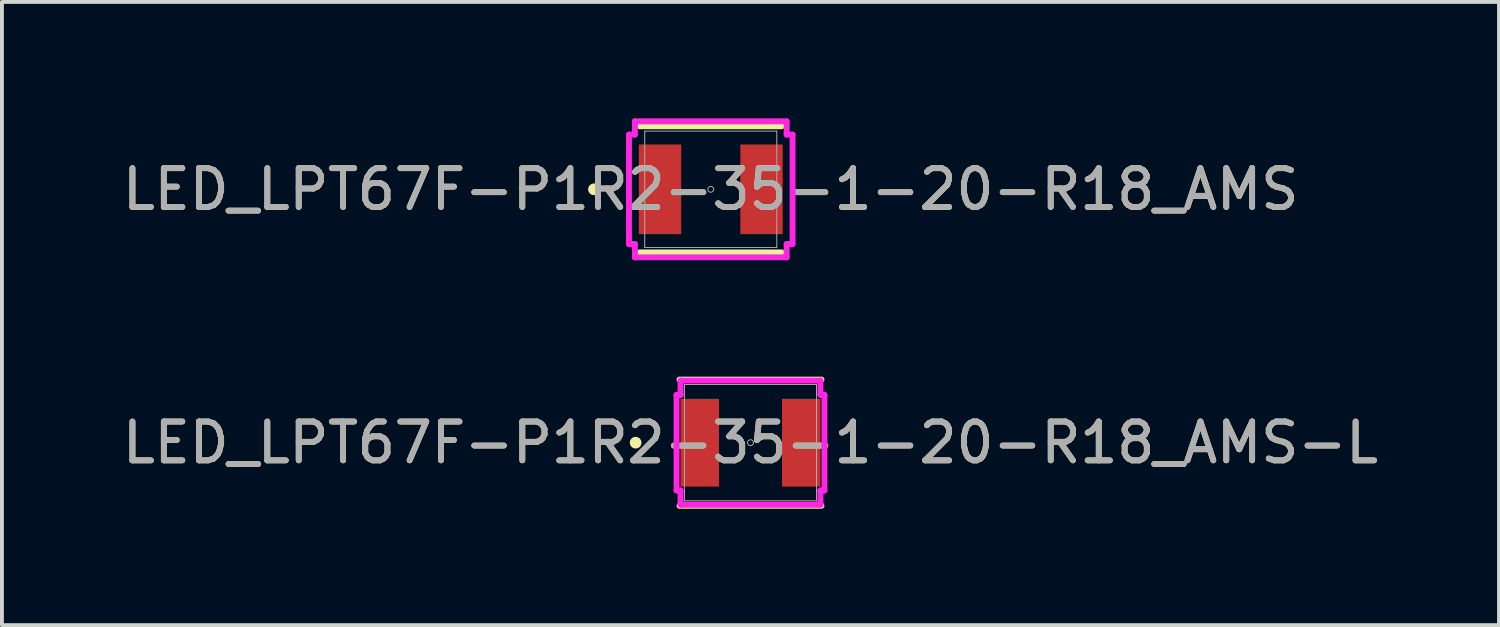
<source format=kicad_pcb>
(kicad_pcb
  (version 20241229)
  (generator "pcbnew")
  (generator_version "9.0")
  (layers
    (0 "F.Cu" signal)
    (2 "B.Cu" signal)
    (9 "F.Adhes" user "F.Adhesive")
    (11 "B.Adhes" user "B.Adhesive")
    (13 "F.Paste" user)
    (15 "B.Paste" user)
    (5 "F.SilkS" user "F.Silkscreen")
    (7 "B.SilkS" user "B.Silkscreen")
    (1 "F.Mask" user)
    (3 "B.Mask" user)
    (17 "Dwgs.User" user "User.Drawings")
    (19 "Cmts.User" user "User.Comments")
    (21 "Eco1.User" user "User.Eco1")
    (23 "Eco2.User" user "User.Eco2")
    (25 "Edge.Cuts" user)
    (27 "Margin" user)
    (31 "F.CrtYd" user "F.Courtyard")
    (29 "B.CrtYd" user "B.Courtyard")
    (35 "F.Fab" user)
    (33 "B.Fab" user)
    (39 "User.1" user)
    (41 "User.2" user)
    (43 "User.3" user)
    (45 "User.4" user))
  (footprint "LED_LPT67F-P1R2-35-1-20-R18_AMS-L"
    (layer "F.Cu")
    (at 16.292 8.359)
    (property "Reference" "LED_LPT67F-P1R2-35-1-20-R18_AMS-L" (at 0 0 0) (unlocked yes) (layer "F.SilkS") (effects (font (size 1 1) (thickness 0.15))))
    (attr smd)
    (fp_line (start -1.829 1.626) (end 1.829 1.626) (stroke (width 0.152) (type solid)) (layer "F.SilkS"))
    (fp_line (start 1.829 -1.626) (end -1.829 -1.626) (stroke (width 0.152) (type solid)) (layer "F.SilkS"))
    (fp_circle (center -2.96 0) (end -2.884 0) (stroke (width 0.152) (type solid)) (fill no) (layer "F.SilkS"))
    (fp_line (start -1.906 -1.232) (end -1.803 -1.232) (stroke (width 0.152) (type solid)) (layer "F.CrtYd"))
    (fp_line (start -1.906 1.232) (end -1.906 -1.232) (stroke (width 0.152) (type solid)) (layer "F.CrtYd"))
    (fp_line (start -1.906 1.232) (end -1.803 1.232) (stroke (width 0.152) (type solid)) (layer "F.CrtYd"))
    (fp_line (start -1.803 -1.6) (end 1.803 -1.6) (stroke (width 0.152) (type solid)) (layer "F.CrtYd"))
    (fp_line (start -1.803 -1.232) (end -1.803 -1.6) (stroke (width 0.152) (type solid)) (layer "F.CrtYd"))
    (fp_line (start -1.803 1.6) (end -1.803 1.232) (stroke (width 0.152) (type solid)) (layer "F.CrtYd"))
    (fp_line (start 1.803 -1.6) (end 1.803 -1.232) (stroke (width 0.152) (type solid)) (layer "F.CrtYd"))
    (fp_line (start 1.803 1.232) (end 1.803 1.6) (stroke (width 0.152) (type solid)) (layer "F.CrtYd"))
    (fp_line (start 1.803 1.6) (end -1.803 1.6) (stroke (width 0.152) (type solid)) (layer "F.CrtYd"))
    (fp_line (start 1.906 -1.232) (end 1.803 -1.232) (stroke (width 0.152) (type solid)) (layer "F.CrtYd"))
    (fp_line (start 1.906 -1.232) (end 1.906 1.232) (stroke (width 0.152) (type solid)) (layer "F.CrtYd"))
    (fp_line (start 1.906 1.232) (end 1.803 1.232) (stroke (width 0.152) (type solid)) (layer "F.CrtYd"))
    (fp_line (start -1.702 -1.499) (end -1.702 1.499) (stroke (width 0.025) (type solid)) (layer "F.Fab"))
    (fp_line (start -1.702 1.499) (end 1.702 1.499) (stroke (width 0.025) (type solid)) (layer "F.Fab"))
    (fp_line (start 1.702 -1.499) (end -1.702 -1.499) (stroke (width 0.025) (type solid)) (layer "F.Fab"))
    (fp_line (start 1.702 1.499) (end 1.702 -1.499) (stroke (width 0.025) (type solid)) (layer "F.Fab"))
    (fp_circle (center 0 0) (end 0.076 0) (stroke (width 0.025) (type solid)) (fill no) (layer "F.Fab"))
    (fp_text user "${REFERENCE}" (at 0 0 0) (unlocked yes) (layer "F.Fab") (effects (font (size 1 1) (thickness 0.15))))
    (pad "1" smd rect (at -1.308 0) (size 0.992 2.261) (layers "F.Cu" "F.Mask" "F.Paste"))
    (pad "2" smd rect (at 1.308 0) (size 0.992 2.261) (layers "F.Cu" "F.Mask" "F.Paste")))
  (footprint "LED_LPT67F-P1R2-35-1-20-R18_AMS"
    (layer "F.Cu")
    (at 15.268 1.829)
    (property "Reference" "LED_LPT67F-P1R2-35-1-20-R18_AMS" (at 0 0 0) (unlocked yes) (layer "F.SilkS") (effects (font (size 1 1) (thickness 0.15))))
    (attr smd)
    (fp_line (start -1.829 1.626) (end 1.829 1.626) (stroke (width 0.152) (type solid)) (layer "F.SilkS"))
    (fp_line (start 1.829 -1.626) (end -1.829 -1.626) (stroke (width 0.152) (type solid)) (layer "F.SilkS"))
    (fp_circle (center -3.01 0) (end -2.934 0) (stroke (width 0.152) (type solid)) (fill no) (layer "F.SilkS"))
    (fp_line (start -2.108 -1.41) (end -1.956 -1.41) (stroke (width 0.152) (type solid)) (layer "F.CrtYd"))
    (fp_line (start -2.108 1.41) (end -2.108 -1.41) (stroke (width 0.152) (type solid)) (layer "F.CrtYd"))
    (fp_line (start -2.108 1.41) (end -1.956 1.41) (stroke (width 0.152) (type solid)) (layer "F.CrtYd"))
    (fp_line (start -1.956 -1.753) (end 1.956 -1.753) (stroke (width 0.152) (type solid)) (layer "F.CrtYd"))
    (fp_line (start -1.956 -1.41) (end -1.956 -1.753) (stroke (width 0.152) (type solid)) (layer "F.CrtYd"))
    (fp_line (start -1.956 1.753) (end -1.956 1.41) (stroke (width 0.152) (type solid)) (layer "F.CrtYd"))
    (fp_line (start 1.956 -1.753) (end 1.956 -1.41) (stroke (width 0.152) (type solid)) (layer "F.CrtYd"))
    (fp_line (start 1.956 1.41) (end 1.956 1.753) (stroke (width 0.152) (type solid)) (layer "F.CrtYd"))
    (fp_line (start 1.956 1.753) (end -1.956 1.753) (stroke (width 0.152) (type solid)) (layer "F.CrtYd"))
    (fp_line (start 2.108 -1.41) (end 1.956 -1.41) (stroke (width 0.152) (type solid)) (layer "F.CrtYd"))
    (fp_line (start 2.108 -1.41) (end 2.108 1.41) (stroke (width 0.152) (type solid)) (layer "F.CrtYd"))
    (fp_line (start 2.108 1.41) (end 1.956 1.41) (stroke (width 0.152) (type solid)) (layer "F.CrtYd"))
    (fp_line (start -1.702 -1.499) (end -1.702 1.499) (stroke (width 0.025) (type solid)) (layer "F.Fab"))
    (fp_line (start -1.702 1.499) (end 1.702 1.499) (stroke (width 0.025) (type solid)) (layer "F.Fab"))
    (fp_line (start 1.702 -1.499) (end -1.702 -1.499) (stroke (width 0.025) (type solid)) (layer "F.Fab"))
    (fp_line (start 1.702 1.499) (end 1.702 -1.499) (stroke (width 0.025) (type solid)) (layer "F.Fab"))
    (fp_circle (center 0 0) (end 0.076 0) (stroke (width 0.025) (type solid)) (fill no) (layer "F.Fab"))
    (fp_text user "${REFERENCE}" (at 0 0 0) (unlocked yes) (layer "F.Fab") (effects (font (size 1 1) (thickness 0.15))))
    (pad "1" smd rect (at -1.308 0) (size 1.092 2.311) (layers "F.Cu" "F.Mask" "F.Paste"))
    (pad "2" smd rect (at 1.308 0) (size 1.092 2.311) (layers "F.Cu" "F.Mask" "F.Paste")))
  (gr_rect
    (start -3 -3)
    (end 35.583 13.061)
    (stroke (width 0.1) (type default))
    (fill no)
    (layer "Edge.Cuts")))
</source>
